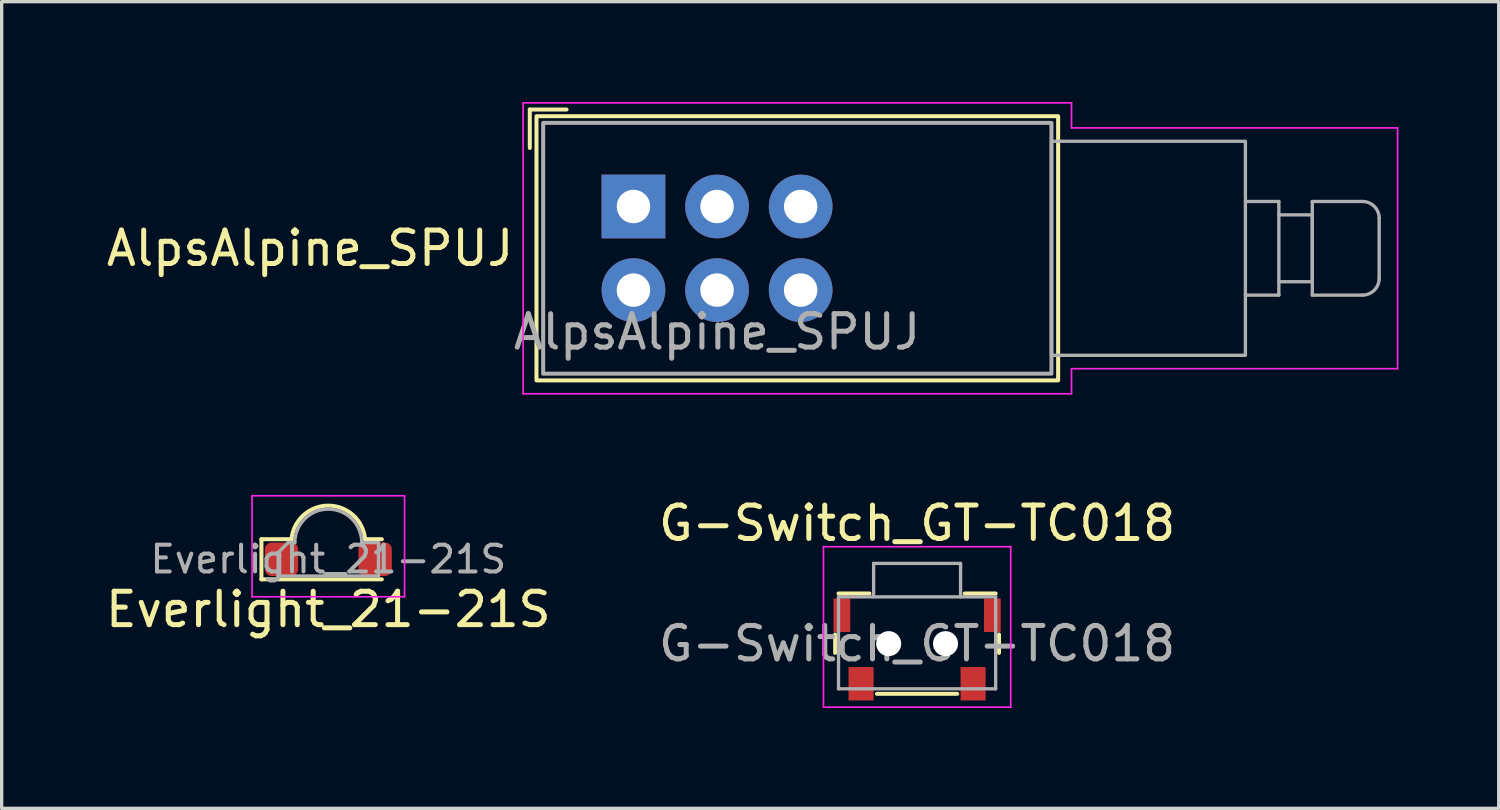
<source format=kicad_pcb>
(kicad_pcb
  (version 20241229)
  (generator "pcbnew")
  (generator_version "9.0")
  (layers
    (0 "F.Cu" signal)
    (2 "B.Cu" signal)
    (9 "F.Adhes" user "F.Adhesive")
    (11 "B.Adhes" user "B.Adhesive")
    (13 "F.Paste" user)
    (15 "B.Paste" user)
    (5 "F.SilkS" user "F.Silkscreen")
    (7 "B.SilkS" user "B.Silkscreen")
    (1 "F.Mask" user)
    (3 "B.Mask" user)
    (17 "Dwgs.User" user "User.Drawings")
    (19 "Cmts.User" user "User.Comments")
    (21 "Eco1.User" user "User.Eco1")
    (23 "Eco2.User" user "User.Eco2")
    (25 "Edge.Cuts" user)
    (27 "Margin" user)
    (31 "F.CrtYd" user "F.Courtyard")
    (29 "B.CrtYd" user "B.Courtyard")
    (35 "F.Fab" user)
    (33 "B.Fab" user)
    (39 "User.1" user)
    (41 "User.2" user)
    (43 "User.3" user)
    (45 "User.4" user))
  (footprint "Everlight_21-21S"
    (layer "F.Cu")
    (at 6.768 13.675)
    (property "Reference" "Everlight_21-21S" (at 0 1.5 0) (layer "F.SilkS") (effects (font (size 1 1) (thickness 0.15))))
    (attr smd)
    (fp_line (start -2 -0.6) (end -2 0.6) (stroke (width 0.12) (type solid)) (layer "F.SilkS"))
    (fp_line (start -2 0.6) (end 1.6 0.6) (stroke (width 0.12) (type solid)) (layer "F.SilkS"))
    (fp_line (start -1.1 -0.6) (end -2 -0.6) (stroke (width 0.12) (type solid)) (layer "F.SilkS"))
    (fp_line (start 1.6 -0.6) (end 1.1 -0.6) (stroke (width 0.12) (type default)) (layer "F.SilkS"))
    (fp_arc (start -1.1 -0.6) (mid 0 -1.604536) (end 1.1 -0.6) (stroke (width 0.12) (type default)) (layer "F.SilkS"))
    (fp_line (start -2.28 -1.9) (end 2.28 -1.9) (stroke (width 0.05) (type solid)) (layer "F.CrtYd"))
    (fp_line (start -2.28 1.12) (end -2.28 -1.9) (stroke (width 0.05) (type solid)) (layer "F.CrtYd"))
    (fp_line (start 2.28 -1.9) (end 2.28 1.12) (stroke (width 0.05) (type solid)) (layer "F.CrtYd"))
    (fp_line (start 2.28 1.12) (end -2.28 1.12) (stroke (width 0.05) (type solid)) (layer "F.CrtYd"))
    (fp_line (start -1.5 -0.2) (end -1.5 0.5) (stroke (width 0.1) (type solid)) (layer "F.Fab"))
    (fp_line (start -1.5 0.5) (end 1.5 0.5) (stroke (width 0.1) (type solid)) (layer "F.Fab"))
    (fp_line (start -1.2 -0.5) (end -1.5 -0.2) (stroke (width 0.1) (type solid)) (layer "F.Fab"))
    (fp_line (start -1 -0.5) (end -1.2 -0.5) (stroke (width 0.1) (type default)) (layer "F.Fab"))
    (fp_line (start 1.5 -0.5) (end 1 -0.5) (stroke (width 0.1) (type solid)) (layer "F.Fab"))
    (fp_line (start 1.5 0.5) (end 1.5 -0.5) (stroke (width 0.1) (type solid)) (layer "F.Fab"))
    (fp_arc (start -1 -0.5) (mid 0 -1.5) (end 1 -0.5) (stroke (width 0.1) (type default)) (layer "F.Fab"))
    (fp_text user "${REFERENCE}" (at 0 0 0) (layer "F.Fab") (effects (font (size 0.8 0.8) (thickness 0.12))))
    (pad "1" smd roundrect (at -1.4 0) (size 1 1) (layers "F.Cu" "F.Mask" "F.Paste") (roundrect_rratio 0.2))
    (pad "2" smd roundrect (at 1.4 0) (size 1 1) (layers "F.Cu" "F.Mask" "F.Paste") (roundrect_rratio 0.2)))
  (footprint "G-Switch_GT-TC018"
    (layer "F.Cu")
    (at 24.375 16.198)
    (property "Reference" "G-Switch_GT-TC018" (at 0 -3.6 0) (layer "F.SilkS") (effects (font (size 1 1) (thickness 0.15))))
    (attr smd)
    (fp_line (start -2.45 0.275) (end -2.45 -0.275) (stroke (width 0.12) (type solid)) (layer "F.SilkS"))
    (fp_line (start -1.425 -1.5) (end -2.35 -1.5) (stroke (width 0.12) (type solid)) (layer "F.SilkS"))
    (fp_line (start 1.2 1.5) (end -1.2 1.5) (stroke (width 0.12) (type solid)) (layer "F.SilkS"))
    (fp_line (start 2.35 -1.5) (end 1.425 -1.5) (stroke (width 0.12) (type solid)) (layer "F.SilkS"))
    (fp_line (start 2.45 0.275) (end 2.45 -0.275) (stroke (width 0.12) (type solid)) (layer "F.SilkS"))
    (fp_line (start -2.8 1.9) (end -2.8 -2.9) (stroke (width 0.05) (type solid)) (layer "F.CrtYd"))
    (fp_line (start 2.8 -2.9) (end -2.8 -2.9) (stroke (width 0.05) (type solid)) (layer "F.CrtYd"))
    (fp_line (start 2.8 1.9) (end -2.8 1.9) (stroke (width 0.05) (type solid)) (layer "F.CrtYd"))
    (fp_line (start 2.8 1.9) (end 2.8 -2.9) (stroke (width 0.05) (type solid)) (layer "F.CrtYd"))
    (fp_line (start -2.35 1.35) (end -2.35 -1.4) (stroke (width 0.1) (type solid)) (layer "F.Fab"))
    (fp_line (start -1.3 -2.4) (end -1.3 -1.4) (stroke (width 0.1) (type solid)) (layer "F.Fab"))
    (fp_line (start 1.3 -2.4) (end -1.3 -2.4) (stroke (width 0.1) (type solid)) (layer "F.Fab"))
    (fp_line (start 1.3 -2.4) (end 1.3 -1.4) (stroke (width 0.1) (type solid)) (layer "F.Fab"))
    (fp_line (start 2.35 -1.4) (end -2.35 -1.4) (stroke (width 0.1) (type solid)) (layer "F.Fab"))
    (fp_line (start 2.35 1.35) (end -2.35 1.35) (stroke (width 0.1) (type solid)) (layer "F.Fab"))
    (fp_line (start 2.35 1.35) (end 2.35 -1.4) (stroke (width 0.1) (type solid)) (layer "F.Fab"))
    (fp_text user "${REFERENCE}" (at 0 0 0) (layer "F.Fab") (effects (font (size 1 1) (thickness 0.15))))
    (pad "" np_thru_hole circle (at -0.85 0 180) (size 0.75 0.75) (drill 0.75) (layers "*.Cu" "*.Mask"))
    (pad "" np_thru_hole circle (at 0.85 0 180) (size 0.75 0.75) (drill 0.75) (layers "*.Cu" "*.Mask"))
    (pad "1" smd rect (at -1.675 1.2 180) (size 0.75 1) (layers "F.Cu" "F.Mask" "F.Paste"))
    (pad "2" smd rect (at 1.675 1.2 180) (size 0.75 1) (layers "F.Cu" "F.Mask" "F.Paste"))
    (pad "MP" smd rect (at -2.25 -0.85 180) (size 0.5 1) (layers "F.Cu" "F.Mask" "F.Paste"))
    (pad "MP" smd rect (at 2.25 -0.85 180) (size 0.5 1) (layers "F.Cu" "F.Mask" "F.Paste")))
  (footprint "AlpsAlpine_SPUJ"
    (layer "F.Cu")
    (at 18.393 4.375)
    (property "Reference" "AlpsAlpine_SPUJ" (at -6 0 0) (unlocked yes) (layer "F.SilkS") (effects (font (size 1 1) (thickness 0.15)) (justify right)))
    (attr through_hole)
    (fp_line (start -5.6 -4.15) (end -4.5 -4.15) (stroke (width 0.12) (type solid)) (layer "F.SilkS"))
    (fp_line (start -5.6 -3) (end -5.6 -4.15) (stroke (width 0.12) (type solid)) (layer "F.SilkS"))
    (fp_rect (start -5.4 -3.95) (end 10.2 3.95) (stroke (width 0.12) (type solid)) (fill no) (layer "F.SilkS"))
    (fp_line (start -5.8 -4.35) (end -5.8 4.35) (stroke (width 0.05) (type solid)) (layer "F.CrtYd"))
    (fp_line (start -5.8 -4.35) (end 10.6 -4.35) (stroke (width 0.05) (type solid)) (layer "F.CrtYd"))
    (fp_line (start -5.8 4.35) (end 10.6 4.35) (stroke (width 0.05) (type solid)) (layer "F.CrtYd"))
    (fp_line (start 10.6 -4.35) (end 10.6 -3.6) (stroke (width 0.05) (type solid)) (layer "F.CrtYd"))
    (fp_line (start 10.6 -3.6) (end 20.35 -3.6) (stroke (width 0.05) (type solid)) (layer "F.CrtYd"))
    (fp_line (start 10.6 3.6) (end 20.35 3.6) (stroke (width 0.05) (type solid)) (layer "F.CrtYd"))
    (fp_line (start 10.6 4.35) (end 10.6 3.6) (stroke (width 0.05) (type solid)) (layer "F.CrtYd"))
    (fp_line (start 20.35 3.6) (end 20.35 -3.6) (stroke (width 0.05) (type solid)) (layer "F.CrtYd"))
    (fp_line (start 16.8 -1.4) (end 15.8 -1.4) (stroke (width 0.1) (type solid)) (layer "F.Fab"))
    (fp_line (start 16.8 -1) (end 16.8 -1.4) (stroke (width 0.1) (type solid)) (layer "F.Fab"))
    (fp_line (start 16.8 1) (end 16.8 1.4) (stroke (width 0.1) (type solid)) (layer "F.Fab"))
    (fp_line (start 16.8 1.4) (end 15.8 1.4) (stroke (width 0.1) (type solid)) (layer "F.Fab"))
    (fp_line (start 17.8 -1.4) (end 19.3 -1.4) (stroke (width 0.1) (type solid)) (layer "F.Fab"))
    (fp_line (start 17.8 1.4) (end 17.8 -1.4) (stroke (width 0.1) (type solid)) (layer "F.Fab"))
    (fp_line (start 17.8 1.4) (end 19.3 1.4) (stroke (width 0.1) (type solid)) (layer "F.Fab"))
    (fp_line (start 19.8 0.9) (end 19.8 -0.9) (stroke (width 0.1) (type solid)) (layer "F.Fab"))
    (fp_rect (start -5.2 -3.75) (end 10 3.75) (stroke (width 0.12) (type solid)) (fill no) (layer "F.Fab"))
    (fp_rect (start 10 -3.2) (end 15.8 3.2) (stroke (width 0.1) (type solid)) (fill no) (layer "F.Fab"))
    (fp_rect (start 17.8 1) (end 16.8 -1) (stroke (width 0.1) (type solid)) (fill no) (layer "F.Fab"))
    (fp_arc (start 19.3 -1.4) (mid 19.653553 -1.253553) (end 19.8 -0.9) (stroke (width 0.1) (type solid)) (layer "F.Fab"))
    (fp_arc (start 19.8 0.9) (mid 19.653553 1.253553) (end 19.3 1.4) (stroke (width 0.1) (type solid)) (layer "F.Fab"))
    (fp_text user "${REFERENCE}" (at 0 2.5 0) (unlocked yes) (layer "F.Fab") (effects (font (size 1 1) (thickness 0.15))))
    (pad "1" thru_hole rect (at -2.5 -1.25) (size 1.905 1.905) (drill 1) (layers "*.Cu" "*.Mask"))
    (pad "2" thru_hole circle (at 0 -1.25) (size 1.905 1.905) (drill 1) (layers "*.Cu" "*.Mask"))
    (pad "3" thru_hole circle (at 2.5 -1.25) (size 1.905 1.905) (drill 1) (layers "*.Cu" "*.Mask"))
    (pad "4" thru_hole circle (at -2.5 1.25) (size 1.905 1.905) (drill 1) (layers "*.Cu" "*.Mask"))
    (pad "5" thru_hole circle (at 0 1.25) (size 1.905 1.905) (drill 1) (layers "*.Cu" "*.Mask"))
    (pad "6" thru_hole circle (at 2.5 1.25) (size 1.905 1.905) (drill 1) (layers "*.Cu" "*.Mask")))
  (gr_rect
    (start -3 -3)
    (end 41.768 21.123)
    (stroke (width 0.1) (type default))
    (fill no)
    (layer "Edge.Cuts")))
</source>
